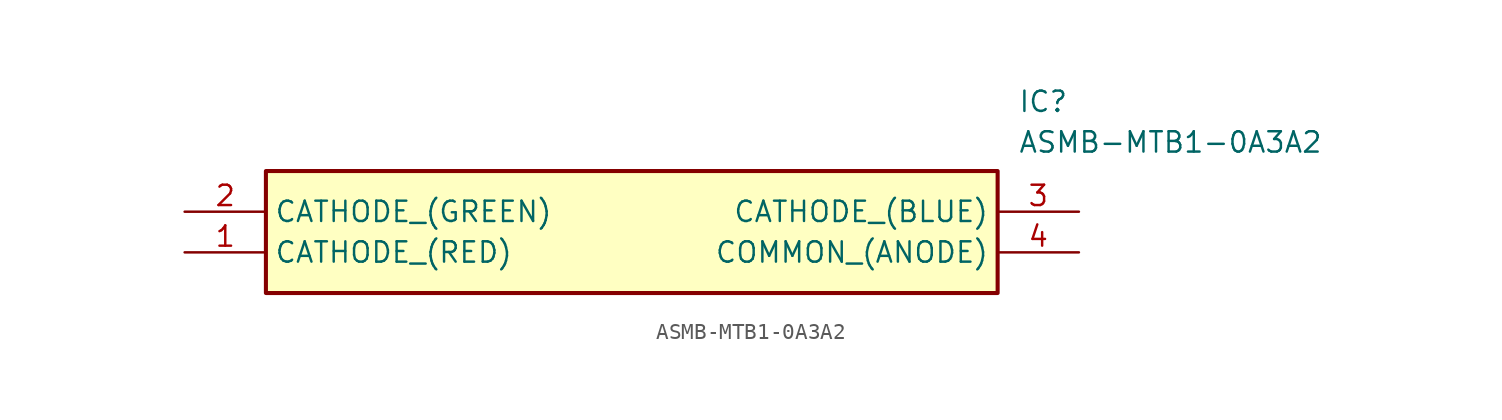
<source format=kicad_sym>
(kicad_symbol_lib
  (version 20211014)
  (generator SamacSys_ECAD_Model)
  (symbol "ASMB-MTB1-0A3A2"
    (property "Reference" "IC"
      (at 52.07 7.62 0)
      (effects (font (size 1.27 1.27)) (justify left top)))
    (property "Value" "ASMB-MTB1-0A3A2"
      (at 52.07 5.08 0)
      (effects (font (size 1.27 1.27)) (justify left top)))
    (rectangle
      (start 5.08 2.54)
      (end 50.8 -5.08)
      (stroke (width 0.254) (type default))
      (fill (type background)))
    (pin input line
      (at 0 -2.54 0)
      (length 5.08)
      (name "CATHODE_(RED)" (effects (font (size 1.27 1.27))))
      (number "1" (effects (font (size 1.27 1.27)))))
    (pin input line
      (at 0 0 0)
      (length 5.08)
      (name "CATHODE_(GREEN)" (effects (font (size 1.27 1.27))))
      (number "2" (effects (font (size 1.27 1.27)))))
    (pin input line
      (at 55.88 0 180)
      (length 5.08)
      (name "CATHODE_(BLUE)" (effects (font (size 1.27 1.27))))
      (number "3" (effects (font (size 1.27 1.27)))))
    (pin power_in line
      (at 55.88 -2.54 180)
      (length 5.08)
      (name "COMMON_(ANODE)" (effects (font (size 1.27 1.27))))
      (number "4" (effects (font (size 1.27 1.27)))))))
</source>
